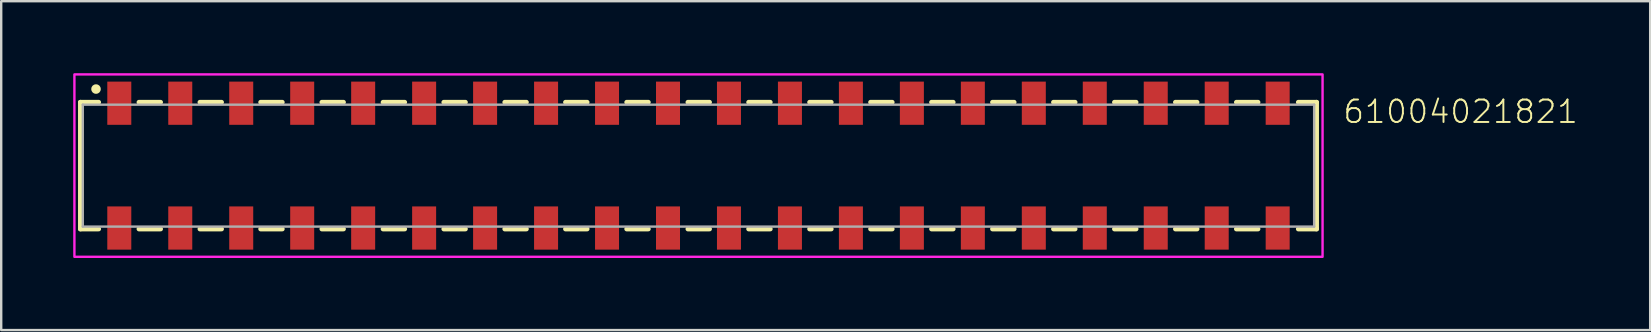
<source format=kicad_pcb>
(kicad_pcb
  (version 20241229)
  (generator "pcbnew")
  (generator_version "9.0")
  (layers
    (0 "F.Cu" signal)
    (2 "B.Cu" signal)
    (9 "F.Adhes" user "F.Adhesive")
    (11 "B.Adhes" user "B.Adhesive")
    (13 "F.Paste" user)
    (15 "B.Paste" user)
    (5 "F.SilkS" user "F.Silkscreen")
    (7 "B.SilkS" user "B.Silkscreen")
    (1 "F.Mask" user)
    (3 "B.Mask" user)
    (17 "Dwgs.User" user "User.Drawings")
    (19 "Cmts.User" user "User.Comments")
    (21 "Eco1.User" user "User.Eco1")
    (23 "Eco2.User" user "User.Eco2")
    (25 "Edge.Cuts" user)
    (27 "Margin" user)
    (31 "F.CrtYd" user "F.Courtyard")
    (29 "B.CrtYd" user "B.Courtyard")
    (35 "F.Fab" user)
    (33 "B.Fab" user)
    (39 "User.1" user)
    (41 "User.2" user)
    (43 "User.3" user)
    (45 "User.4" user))
  (footprint "61004021821"
    (layer "F.Cu")
    (at 26.05 3.85)
    (property "Reference" "61004021821" (at 26.8 -1.7 0) (unlocked yes) (layer "F.SilkS") (effects (font (size 0.935 0.935) (thickness 0.081)) (justify left bottom)))
    (fp_line (start -25.75 -2.64) (end -25.75 2.64) (stroke (width 0.2) (type solid)) (layer "F.SilkS"))
    (fp_line (start -24.99 -2.64) (end -25.75 -2.64) (stroke (width 0.2) (type solid)) (layer "F.SilkS"))
    (fp_line (start -24.99 2.64) (end -25.75 2.64) (stroke (width 0.2) (type solid)) (layer "F.SilkS"))
    (fp_line (start -23.31 -2.64) (end -22.41 -2.64) (stroke (width 0.2) (type solid)) (layer "F.SilkS"))
    (fp_line (start -23.31 2.64) (end -22.41 2.64) (stroke (width 0.2) (type solid)) (layer "F.SilkS"))
    (fp_line (start -20.77 -2.64) (end -19.87 -2.64) (stroke (width 0.2) (type solid)) (layer "F.SilkS"))
    (fp_line (start -20.77 2.64) (end -19.87 2.64) (stroke (width 0.2) (type solid)) (layer "F.SilkS"))
    (fp_line (start -18.24 -2.64) (end -17.34 -2.64) (stroke (width 0.2) (type solid)) (layer "F.SilkS"))
    (fp_line (start -18.24 2.64) (end -17.34 2.64) (stroke (width 0.2) (type solid)) (layer "F.SilkS"))
    (fp_line (start -15.69 -2.64) (end -14.79 -2.64) (stroke (width 0.2) (type solid)) (layer "F.SilkS"))
    (fp_line (start -14.79 2.64) (end -15.69 2.64) (stroke (width 0.2) (type solid)) (layer "F.SilkS"))
    (fp_line (start -13.14 -2.64) (end -12.24 -2.64) (stroke (width 0.2) (type solid)) (layer "F.SilkS"))
    (fp_line (start -13.14 2.64) (end -12.24 2.64) (stroke (width 0.2) (type solid)) (layer "F.SilkS"))
    (fp_line (start -10.61 -2.64) (end -9.71 -2.64) (stroke (width 0.2) (type solid)) (layer "F.SilkS"))
    (fp_line (start -10.61 2.64) (end -9.71 2.64) (stroke (width 0.2) (type solid)) (layer "F.SilkS"))
    (fp_line (start -7.17 -2.64) (end -8.07 -2.64) (stroke (width 0.2) (type solid)) (layer "F.SilkS"))
    (fp_line (start -7.17 2.64) (end -8.07 2.64) (stroke (width 0.2) (type solid)) (layer "F.SilkS"))
    (fp_line (start -4.64 -2.64) (end -5.54 -2.64) (stroke (width 0.2) (type solid)) (layer "F.SilkS"))
    (fp_line (start -4.64 2.64) (end -5.54 2.64) (stroke (width 0.2) (type solid)) (layer "F.SilkS"))
    (fp_line (start -2.99 -2.64) (end -2.09 -2.64) (stroke (width 0.2) (type solid)) (layer "F.SilkS"))
    (fp_line (start -2.09 2.64) (end -2.99 2.64) (stroke (width 0.2) (type solid)) (layer "F.SilkS"))
    (fp_line (start 0.46 -2.64) (end -0.44 -2.64) (stroke (width 0.2) (type solid)) (layer "F.SilkS"))
    (fp_line (start 0.46 2.64) (end -0.44 2.64) (stroke (width 0.2) (type solid)) (layer "F.SilkS"))
    (fp_line (start 2.99 -2.64) (end 2.09 -2.64) (stroke (width 0.2) (type solid)) (layer "F.SilkS"))
    (fp_line (start 2.99 2.64) (end 2.09 2.64) (stroke (width 0.2) (type solid)) (layer "F.SilkS"))
    (fp_line (start 5.53 -2.64) (end 4.63 -2.64) (stroke (width 0.2) (type solid)) (layer "F.SilkS"))
    (fp_line (start 5.53 2.64) (end 4.63 2.64) (stroke (width 0.2) (type solid)) (layer "F.SilkS"))
    (fp_line (start 8.07 -2.64) (end 7.17 -2.64) (stroke (width 0.2) (type solid)) (layer "F.SilkS"))
    (fp_line (start 8.07 2.64) (end 7.17 2.64) (stroke (width 0.2) (type solid)) (layer "F.SilkS"))
    (fp_line (start 10.61 -2.64) (end 9.71 -2.64) (stroke (width 0.2) (type solid)) (layer "F.SilkS"))
    (fp_line (start 10.61 2.64) (end 9.71 2.64) (stroke (width 0.2) (type solid)) (layer "F.SilkS"))
    (fp_line (start 13.15 -2.64) (end 12.25 -2.64) (stroke (width 0.2) (type solid)) (layer "F.SilkS"))
    (fp_line (start 13.15 2.64) (end 12.25 2.64) (stroke (width 0.2) (type solid)) (layer "F.SilkS"))
    (fp_line (start 15.69 -2.64) (end 14.79 -2.64) (stroke (width 0.2) (type solid)) (layer "F.SilkS"))
    (fp_line (start 15.69 2.64) (end 14.79 2.64) (stroke (width 0.2) (type solid)) (layer "F.SilkS"))
    (fp_line (start 17.33 2.64) (end 18.23 2.64) (stroke (width 0.2) (type solid)) (layer "F.SilkS"))
    (fp_line (start 18.23 -2.64) (end 17.33 -2.64) (stroke (width 0.2) (type solid)) (layer "F.SilkS"))
    (fp_line (start 20.77 -2.64) (end 19.87 -2.64) (stroke (width 0.2) (type solid)) (layer "F.SilkS"))
    (fp_line (start 20.77 2.64) (end 19.87 2.64) (stroke (width 0.2) (type solid)) (layer "F.SilkS"))
    (fp_line (start 23.31 -2.64) (end 22.41 -2.64) (stroke (width 0.2) (type solid)) (layer "F.SilkS"))
    (fp_line (start 23.31 2.64) (end 22.41 2.64) (stroke (width 0.2) (type solid)) (layer "F.SilkS"))
    (fp_line (start 24.99 -2.64) (end 25.75 -2.64) (stroke (width 0.2) (type solid)) (layer "F.SilkS"))
    (fp_line (start 24.99 2.64) (end 25.75 2.64) (stroke (width 0.2) (type solid)) (layer "F.SilkS"))
    (fp_line (start 25.75 2.64) (end 25.75 -2.64) (stroke (width 0.2) (type solid)) (layer "F.SilkS"))
    (fp_circle (center -25.1 -3.19) (end -25 -3.19) (stroke (width 0.2) (type solid)) (fill no) (layer "F.SilkS"))
    (fp_poly (pts (xy 26 3.8) (xy -26 3.8) (xy -26 -3.8) (xy 26 -3.8)) (stroke (width 0.1) (type default)) (fill no) (layer "F.CrtYd"))
    (fp_line (start -25.65 -2.54) (end -25.65 2.54) (stroke (width 0.1) (type solid)) (layer "F.Fab"))
    (fp_line (start -25.65 2.54) (end 25.65 2.54) (stroke (width 0.1) (type solid)) (layer "F.Fab"))
    (fp_line (start 25.65 -2.54) (end -25.65 -2.54) (stroke (width 0.1) (type solid)) (layer "F.Fab"))
    (fp_line (start 25.65 2.54) (end 25.65 -2.54) (stroke (width 0.1) (type solid)) (layer "F.Fab"))
    (pad "1" smd rect (at -24.13 -2.6) (size 1 1.8) (layers "F.Cu" "F.Mask" "F.Paste"))
    (pad "2" smd rect (at -24.13 2.6) (size 1 1.8) (layers "F.Cu" "F.Mask" "F.Paste"))
    (pad "3" smd rect (at -21.59 -2.6) (size 1 1.8) (layers "F.Cu" "F.Mask" "F.Paste"))
    (pad "4" smd rect (at -21.59 2.6) (size 1 1.8) (layers "F.Cu" "F.Mask" "F.Paste"))
    (pad "5" smd rect (at -19.05 -2.6) (size 1 1.8) (layers "F.Cu" "F.Mask" "F.Paste"))
    (pad "6" smd rect (at -19.05 2.6) (size 1 1.8) (layers "F.Cu" "F.Mask" "F.Paste"))
    (pad "7" smd rect (at -16.51 -2.6) (size 1 1.8) (layers "F.Cu" "F.Mask" "F.Paste"))
    (pad "8" smd rect (at -16.51 2.6) (size 1 1.8) (layers "F.Cu" "F.Mask" "F.Paste"))
    (pad "9" smd rect (at -13.97 -2.6) (size 1 1.8) (layers "F.Cu" "F.Mask" "F.Paste"))
    (pad "10" smd rect (at -13.97 2.6) (size 1 1.8) (layers "F.Cu" "F.Mask" "F.Paste"))
    (pad "11" smd rect (at -11.43 -2.6) (size 1 1.8) (layers "F.Cu" "F.Mask" "F.Paste"))
    (pad "12" smd rect (at -11.43 2.6) (size 1 1.8) (layers "F.Cu" "F.Mask" "F.Paste"))
    (pad "13" smd rect (at -8.89 -2.6) (size 1 1.8) (layers "F.Cu" "F.Mask" "F.Paste"))
    (pad "14" smd rect (at -8.89 2.6) (size 1 1.8) (layers "F.Cu" "F.Mask" "F.Paste"))
    (pad "15" smd rect (at -6.35 -2.6) (size 1 1.8) (layers "F.Cu" "F.Mask" "F.Paste"))
    (pad "16" smd rect (at -6.35 2.6) (size 1 1.8) (layers "F.Cu" "F.Mask" "F.Paste"))
    (pad "17" smd rect (at -3.81 -2.6) (size 1 1.8) (layers "F.Cu" "F.Mask" "F.Paste"))
    (pad "18" smd rect (at -3.81 2.6) (size 1 1.8) (layers "F.Cu" "F.Mask" "F.Paste"))
    (pad "19" smd rect (at -1.27 -2.6) (size 1 1.8) (layers "F.Cu" "F.Mask" "F.Paste"))
    (pad "20" smd rect (at -1.27 2.6) (size 1 1.8) (layers "F.Cu" "F.Mask" "F.Paste"))
    (pad "21" smd rect (at 1.27 -2.6) (size 1 1.8) (layers "F.Cu" "F.Mask" "F.Paste"))
    (pad "22" smd rect (at 1.27 2.6) (size 1 1.8) (layers "F.Cu" "F.Mask" "F.Paste"))
    (pad "23" smd rect (at 3.81 -2.6) (size 1 1.8) (layers "F.Cu" "F.Mask" "F.Paste"))
    (pad "24" smd rect (at 3.81 2.6) (size 1 1.8) (layers "F.Cu" "F.Mask" "F.Paste"))
    (pad "25" smd rect (at 6.35 -2.6) (size 1 1.8) (layers "F.Cu" "F.Mask" "F.Paste"))
    (pad "26" smd rect (at 6.35 2.6) (size 1 1.8) (layers "F.Cu" "F.Mask" "F.Paste"))
    (pad "27" smd rect (at 8.89 -2.6) (size 1 1.8) (layers "F.Cu" "F.Mask" "F.Paste"))
    (pad "28" smd rect (at 8.89 2.6) (size 1 1.8) (layers "F.Cu" "F.Mask" "F.Paste"))
    (pad "29" smd rect (at 11.43 -2.6) (size 1 1.8) (layers "F.Cu" "F.Mask" "F.Paste"))
    (pad "30" smd rect (at 11.43 2.6) (size 1 1.8) (layers "F.Cu" "F.Mask" "F.Paste"))
    (pad "31" smd rect (at 13.97 -2.6) (size 1 1.8) (layers "F.Cu" "F.Mask" "F.Paste"))
    (pad "32" smd rect (at 13.97 2.6) (size 1 1.8) (layers "F.Cu" "F.Mask" "F.Paste"))
    (pad "33" smd rect (at 16.51 -2.6) (size 1 1.8) (layers "F.Cu" "F.Mask" "F.Paste"))
    (pad "34" smd rect (at 16.51 2.6) (size 1 1.8) (layers "F.Cu" "F.Mask" "F.Paste"))
    (pad "35" smd rect (at 19.05 -2.6) (size 1 1.8) (layers "F.Cu" "F.Mask" "F.Paste"))
    (pad "36" smd rect (at 19.05 2.6) (size 1 1.8) (layers "F.Cu" "F.Mask" "F.Paste"))
    (pad "37" smd rect (at 21.59 -2.6) (size 1 1.8) (layers "F.Cu" "F.Mask" "F.Paste"))
    (pad "38" smd rect (at 21.59 2.6) (size 1 1.8) (layers "F.Cu" "F.Mask" "F.Paste"))
    (pad "39" smd rect (at 24.13 -2.6) (size 1 1.8) (layers "F.Cu" "F.Mask" "F.Paste"))
    (pad "40" smd rect (at 24.13 2.6) (size 1 1.8) (layers "F.Cu" "F.Mask" "F.Paste")))
  (gr_rect
    (start -3 -3)
    (end 65.699 10.7)
    (stroke (width 0.1) (type default))
    (fill no)
    (layer "Edge.Cuts")))
</source>
